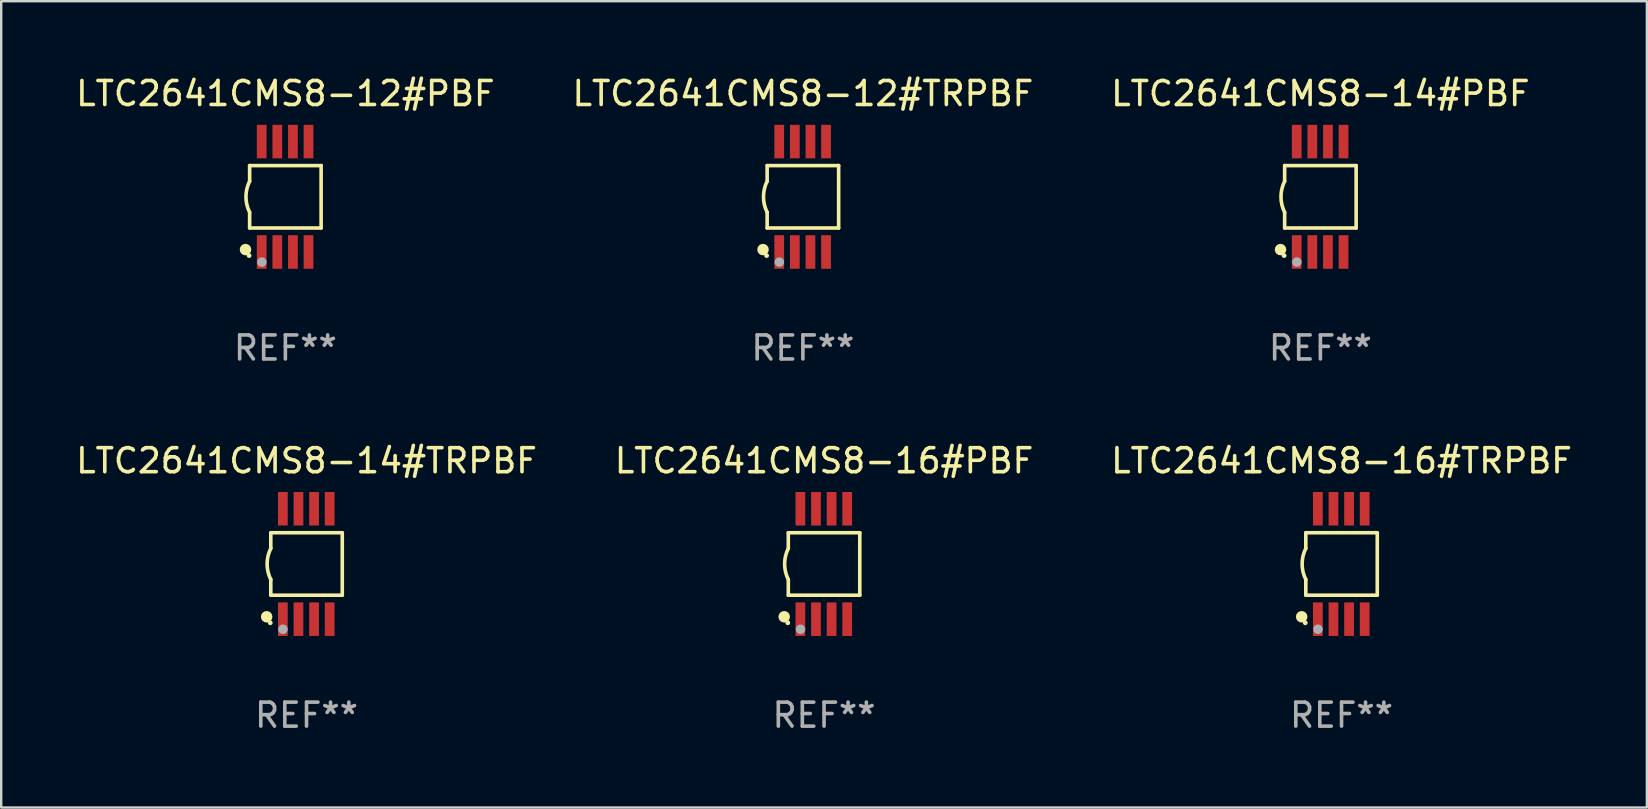
<source format=kicad_pcb>
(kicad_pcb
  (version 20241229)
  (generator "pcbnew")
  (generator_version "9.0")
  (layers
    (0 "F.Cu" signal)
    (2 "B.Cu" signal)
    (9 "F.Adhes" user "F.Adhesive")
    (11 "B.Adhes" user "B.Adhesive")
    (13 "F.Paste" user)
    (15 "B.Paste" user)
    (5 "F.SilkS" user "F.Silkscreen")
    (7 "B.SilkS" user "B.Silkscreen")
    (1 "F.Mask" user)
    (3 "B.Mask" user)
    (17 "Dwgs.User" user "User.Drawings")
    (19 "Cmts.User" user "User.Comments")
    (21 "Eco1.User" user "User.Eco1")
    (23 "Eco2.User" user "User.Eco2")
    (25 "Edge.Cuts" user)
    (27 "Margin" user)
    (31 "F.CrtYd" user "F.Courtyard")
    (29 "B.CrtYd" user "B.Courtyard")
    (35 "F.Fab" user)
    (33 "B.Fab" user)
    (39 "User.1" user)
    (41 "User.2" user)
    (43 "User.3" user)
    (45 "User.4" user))
  (footprint "LTC2641CMS8-12#PBF"
    (layer "F.Cu")
    (at 8.839 5.148)
    (property "Reference" "LTC2641CMS8-12#PBF" (at 0 -4.3 0) (layer "F.SilkS") (effects (font (size 1 1) (thickness 0.15))))
    (attr through_hole)
    (fp_line (start -1.489 -1.3) (end -1.489 -0.648) (stroke (width 0.15) (type solid)) (layer "F.SilkS"))
    (fp_line (start -1.489 0.648) (end -1.489 1.3) (stroke (width 0.15) (type solid)) (layer "F.SilkS"))
    (fp_line (start -1.489 1.3) (end 1.489 1.3) (stroke (width 0.15) (type solid)) (layer "F.SilkS"))
    (fp_line (start 1.489 -1.3) (end -1.489 -1.3) (stroke (width 0.15) (type solid)) (layer "F.SilkS"))
    (fp_line (start 1.489 1.3) (end 1.489 -1.3) (stroke (width 0.15) (type solid)) (layer "F.SilkS"))
    (fp_arc (start -1.489205 0.647702) (mid -1.642107 0) (end -1.489205 -0.647701) (stroke (width 0.150013) (type solid)) (layer "F.SilkS"))
    (fp_circle (center -1.661 2.2) (end -1.541 2.2) (stroke (width 0.24) (type solid)) (fill no) (layer "F.SilkS"))
    (fp_circle (center -1.511 2.45) (end -1.461 2.45) (stroke (width 0.1) (type solid)) (fill no) (layer "F.SilkS"))
    (fp_circle (center -0.981 2.72) (end -0.881 2.72) (stroke (width 0.2) (type solid)) (fill no) (layer "F.Fab"))
    (fp_text user "REF**" (at 0 6.3 0) (layer "F.Fab") (effects (font (size 1 1) (thickness 0.15))))
    (pad "1" smd rect (at -0.986 2.3) (size 0.406 1.397) (layers "F.Cu" "F.Mask" "F.Paste"))
    (pad "2" smd rect (at -0.336 2.3) (size 0.406 1.397) (layers "F.Cu" "F.Mask" "F.Paste"))
    (pad "3" smd rect (at 0.314 2.3) (size 0.406 1.397) (layers "F.Cu" "F.Mask" "F.Paste"))
    (pad "4" smd rect (at 0.964 2.3) (size 0.406 1.397) (layers "F.Cu" "F.Mask" "F.Paste"))
    (pad "5" smd rect (at 0.964 -2.3) (size 0.406 1.397) (layers "F.Cu" "F.Mask" "F.Paste"))
    (pad "6" smd rect (at 0.314 -2.3) (size 0.406 1.397) (layers "F.Cu" "F.Mask" "F.Paste"))
    (pad "7" smd rect (at -0.336 -2.3) (size 0.406 1.397) (layers "F.Cu" "F.Mask" "F.Paste"))
    (pad "8" smd rect (at -0.986 -2.3) (size 0.406 1.397) (layers "F.Cu" "F.Mask" "F.Paste")))
  (footprint "LTC2641CMS8-16#TRPBF"
    (layer "F.Cu")
    (at 52.839 20.445)
    (property "Reference" "LTC2641CMS8-16#TRPBF" (at 0 -4.3 0) (layer "F.SilkS") (effects (font (size 1 1) (thickness 0.15))))
    (attr through_hole)
    (fp_line (start -1.489 -1.3) (end -1.489 -0.648) (stroke (width 0.15) (type solid)) (layer "F.SilkS"))
    (fp_line (start -1.489 0.648) (end -1.489 1.3) (stroke (width 0.15) (type solid)) (layer "F.SilkS"))
    (fp_line (start -1.489 1.3) (end 1.489 1.3) (stroke (width 0.15) (type solid)) (layer "F.SilkS"))
    (fp_line (start 1.489 -1.3) (end -1.489 -1.3) (stroke (width 0.15) (type solid)) (layer "F.SilkS"))
    (fp_line (start 1.489 1.3) (end 1.489 -1.3) (stroke (width 0.15) (type solid)) (layer "F.SilkS"))
    (fp_arc (start -1.489205 0.647702) (mid -1.642107 0) (end -1.489205 -0.647701) (stroke (width 0.150013) (type solid)) (layer "F.SilkS"))
    (fp_circle (center -1.661 2.2) (end -1.541 2.2) (stroke (width 0.24) (type solid)) (fill no) (layer "F.SilkS"))
    (fp_circle (center -1.511 2.45) (end -1.461 2.45) (stroke (width 0.1) (type solid)) (fill no) (layer "F.SilkS"))
    (fp_circle (center -0.981 2.72) (end -0.881 2.72) (stroke (width 0.2) (type solid)) (fill no) (layer "F.Fab"))
    (fp_text user "REF**" (at 0 6.3 0) (layer "F.Fab") (effects (font (size 1 1) (thickness 0.15))))
    (pad "1" smd rect (at -0.986 2.3) (size 0.406 1.397) (layers "F.Cu" "F.Mask" "F.Paste"))
    (pad "2" smd rect (at -0.336 2.3) (size 0.406 1.397) (layers "F.Cu" "F.Mask" "F.Paste"))
    (pad "3" smd rect (at 0.314 2.3) (size 0.406 1.397) (layers "F.Cu" "F.Mask" "F.Paste"))
    (pad "4" smd rect (at 0.964 2.3) (size 0.406 1.397) (layers "F.Cu" "F.Mask" "F.Paste"))
    (pad "5" smd rect (at 0.964 -2.3) (size 0.406 1.397) (layers "F.Cu" "F.Mask" "F.Paste"))
    (pad "6" smd rect (at 0.314 -2.3) (size 0.406 1.397) (layers "F.Cu" "F.Mask" "F.Paste"))
    (pad "7" smd rect (at -0.336 -2.3) (size 0.406 1.397) (layers "F.Cu" "F.Mask" "F.Paste"))
    (pad "8" smd rect (at -0.986 -2.3) (size 0.406 1.397) (layers "F.Cu" "F.Mask" "F.Paste")))
  (footprint "LTC2641CMS8-12#TRPBF"
    (layer "F.Cu")
    (at 30.399 5.148)
    (property "Reference" "LTC2641CMS8-12#TRPBF" (at 0 -4.3 0) (layer "F.SilkS") (effects (font (size 1 1) (thickness 0.15))))
    (attr through_hole)
    (fp_line (start -1.489 -1.3) (end -1.489 -0.648) (stroke (width 0.15) (type solid)) (layer "F.SilkS"))
    (fp_line (start -1.489 0.648) (end -1.489 1.3) (stroke (width 0.15) (type solid)) (layer "F.SilkS"))
    (fp_line (start -1.489 1.3) (end 1.489 1.3) (stroke (width 0.15) (type solid)) (layer "F.SilkS"))
    (fp_line (start 1.489 -1.3) (end -1.489 -1.3) (stroke (width 0.15) (type solid)) (layer "F.SilkS"))
    (fp_line (start 1.489 1.3) (end 1.489 -1.3) (stroke (width 0.15) (type solid)) (layer "F.SilkS"))
    (fp_arc (start -1.489205 0.647702) (mid -1.642107 0) (end -1.489205 -0.647701) (stroke (width 0.150013) (type solid)) (layer "F.SilkS"))
    (fp_circle (center -1.661 2.2) (end -1.541 2.2) (stroke (width 0.24) (type solid)) (fill no) (layer "F.SilkS"))
    (fp_circle (center -1.511 2.45) (end -1.461 2.45) (stroke (width 0.1) (type solid)) (fill no) (layer "F.SilkS"))
    (fp_circle (center -0.981 2.72) (end -0.881 2.72) (stroke (width 0.2) (type solid)) (fill no) (layer "F.Fab"))
    (fp_text user "REF**" (at 0 6.3 0) (layer "F.Fab") (effects (font (size 1 1) (thickness 0.15))))
    (pad "1" smd rect (at -0.986 2.3) (size 0.406 1.397) (layers "F.Cu" "F.Mask" "F.Paste"))
    (pad "2" smd rect (at -0.336 2.3) (size 0.406 1.397) (layers "F.Cu" "F.Mask" "F.Paste"))
    (pad "3" smd rect (at 0.314 2.3) (size 0.406 1.397) (layers "F.Cu" "F.Mask" "F.Paste"))
    (pad "4" smd rect (at 0.964 2.3) (size 0.406 1.397) (layers "F.Cu" "F.Mask" "F.Paste"))
    (pad "5" smd rect (at 0.964 -2.3) (size 0.406 1.397) (layers "F.Cu" "F.Mask" "F.Paste"))
    (pad "6" smd rect (at 0.314 -2.3) (size 0.406 1.397) (layers "F.Cu" "F.Mask" "F.Paste"))
    (pad "7" smd rect (at -0.336 -2.3) (size 0.406 1.397) (layers "F.Cu" "F.Mask" "F.Paste"))
    (pad "8" smd rect (at -0.986 -2.3) (size 0.406 1.397) (layers "F.Cu" "F.Mask" "F.Paste")))
  (footprint "LTC2641CMS8-14#PBF"
    (layer "F.Cu")
    (at 51.958 5.148)
    (property "Reference" "LTC2641CMS8-14#PBF" (at 0 -4.3 0) (layer "F.SilkS") (effects (font (size 1 1) (thickness 0.15))))
    (attr through_hole)
    (fp_line (start -1.489 -1.3) (end -1.489 -0.648) (stroke (width 0.15) (type solid)) (layer "F.SilkS"))
    (fp_line (start -1.489 0.648) (end -1.489 1.3) (stroke (width 0.15) (type solid)) (layer "F.SilkS"))
    (fp_line (start -1.489 1.3) (end 1.489 1.3) (stroke (width 0.15) (type solid)) (layer "F.SilkS"))
    (fp_line (start 1.489 -1.3) (end -1.489 -1.3) (stroke (width 0.15) (type solid)) (layer "F.SilkS"))
    (fp_line (start 1.489 1.3) (end 1.489 -1.3) (stroke (width 0.15) (type solid)) (layer "F.SilkS"))
    (fp_arc (start -1.489205 0.647702) (mid -1.642107 0) (end -1.489205 -0.647701) (stroke (width 0.150013) (type solid)) (layer "F.SilkS"))
    (fp_circle (center -1.661 2.2) (end -1.541 2.2) (stroke (width 0.24) (type solid)) (fill no) (layer "F.SilkS"))
    (fp_circle (center -1.511 2.45) (end -1.461 2.45) (stroke (width 0.1) (type solid)) (fill no) (layer "F.SilkS"))
    (fp_circle (center -0.981 2.72) (end -0.881 2.72) (stroke (width 0.2) (type solid)) (fill no) (layer "F.Fab"))
    (fp_text user "REF**" (at 0 6.3 0) (layer "F.Fab") (effects (font (size 1 1) (thickness 0.15))))
    (pad "1" smd rect (at -0.986 2.3) (size 0.406 1.397) (layers "F.Cu" "F.Mask" "F.Paste"))
    (pad "2" smd rect (at -0.336 2.3) (size 0.406 1.397) (layers "F.Cu" "F.Mask" "F.Paste"))
    (pad "3" smd rect (at 0.314 2.3) (size 0.406 1.397) (layers "F.Cu" "F.Mask" "F.Paste"))
    (pad "4" smd rect (at 0.964 2.3) (size 0.406 1.397) (layers "F.Cu" "F.Mask" "F.Paste"))
    (pad "5" smd rect (at 0.964 -2.3) (size 0.406 1.397) (layers "F.Cu" "F.Mask" "F.Paste"))
    (pad "6" smd rect (at 0.314 -2.3) (size 0.406 1.397) (layers "F.Cu" "F.Mask" "F.Paste"))
    (pad "7" smd rect (at -0.336 -2.3) (size 0.406 1.397) (layers "F.Cu" "F.Mask" "F.Paste"))
    (pad "8" smd rect (at -0.986 -2.3) (size 0.406 1.397) (layers "F.Cu" "F.Mask" "F.Paste")))
  (footprint "LTC2641CMS8-14#TRPBF"
    (layer "F.Cu")
    (at 9.72 20.445)
    (property "Reference" "LTC2641CMS8-14#TRPBF" (at 0 -4.3 0) (layer "F.SilkS") (effects (font (size 1 1) (thickness 0.15))))
    (attr through_hole)
    (fp_line (start -1.489 -1.3) (end -1.489 -0.648) (stroke (width 0.15) (type solid)) (layer "F.SilkS"))
    (fp_line (start -1.489 0.648) (end -1.489 1.3) (stroke (width 0.15) (type solid)) (layer "F.SilkS"))
    (fp_line (start -1.489 1.3) (end 1.489 1.3) (stroke (width 0.15) (type solid)) (layer "F.SilkS"))
    (fp_line (start 1.489 -1.3) (end -1.489 -1.3) (stroke (width 0.15) (type solid)) (layer "F.SilkS"))
    (fp_line (start 1.489 1.3) (end 1.489 -1.3) (stroke (width 0.15) (type solid)) (layer "F.SilkS"))
    (fp_arc (start -1.489205 0.647702) (mid -1.642107 0) (end -1.489205 -0.647701) (stroke (width 0.150013) (type solid)) (layer "F.SilkS"))
    (fp_circle (center -1.661 2.2) (end -1.541 2.2) (stroke (width 0.24) (type solid)) (fill no) (layer "F.SilkS"))
    (fp_circle (center -1.511 2.45) (end -1.461 2.45) (stroke (width 0.1) (type solid)) (fill no) (layer "F.SilkS"))
    (fp_circle (center -0.981 2.72) (end -0.881 2.72) (stroke (width 0.2) (type solid)) (fill no) (layer "F.Fab"))
    (fp_text user "REF**" (at 0 6.3 0) (layer "F.Fab") (effects (font (size 1 1) (thickness 0.15))))
    (pad "1" smd rect (at -0.986 2.3) (size 0.406 1.397) (layers "F.Cu" "F.Mask" "F.Paste"))
    (pad "2" smd rect (at -0.336 2.3) (size 0.406 1.397) (layers "F.Cu" "F.Mask" "F.Paste"))
    (pad "3" smd rect (at 0.314 2.3) (size 0.406 1.397) (layers "F.Cu" "F.Mask" "F.Paste"))
    (pad "4" smd rect (at 0.964 2.3) (size 0.406 1.397) (layers "F.Cu" "F.Mask" "F.Paste"))
    (pad "5" smd rect (at 0.964 -2.3) (size 0.406 1.397) (layers "F.Cu" "F.Mask" "F.Paste"))
    (pad "6" smd rect (at 0.314 -2.3) (size 0.406 1.397) (layers "F.Cu" "F.Mask" "F.Paste"))
    (pad "7" smd rect (at -0.336 -2.3) (size 0.406 1.397) (layers "F.Cu" "F.Mask" "F.Paste"))
    (pad "8" smd rect (at -0.986 -2.3) (size 0.406 1.397) (layers "F.Cu" "F.Mask" "F.Paste")))
  (footprint "LTC2641CMS8-16#PBF"
    (layer "F.Cu")
    (at 31.28 20.445)
    (property "Reference" "LTC2641CMS8-16#PBF" (at 0 -4.3 0) (layer "F.SilkS") (effects (font (size 1 1) (thickness 0.15))))
    (attr through_hole)
    (fp_line (start -1.489 -1.3) (end -1.489 -0.648) (stroke (width 0.15) (type solid)) (layer "F.SilkS"))
    (fp_line (start -1.489 0.648) (end -1.489 1.3) (stroke (width 0.15) (type solid)) (layer "F.SilkS"))
    (fp_line (start -1.489 1.3) (end 1.489 1.3) (stroke (width 0.15) (type solid)) (layer "F.SilkS"))
    (fp_line (start 1.489 -1.3) (end -1.489 -1.3) (stroke (width 0.15) (type solid)) (layer "F.SilkS"))
    (fp_line (start 1.489 1.3) (end 1.489 -1.3) (stroke (width 0.15) (type solid)) (layer "F.SilkS"))
    (fp_arc (start -1.489205 0.647702) (mid -1.642107 0) (end -1.489205 -0.647701) (stroke (width 0.150013) (type solid)) (layer "F.SilkS"))
    (fp_circle (center -1.661 2.2) (end -1.541 2.2) (stroke (width 0.24) (type solid)) (fill no) (layer "F.SilkS"))
    (fp_circle (center -1.511 2.45) (end -1.461 2.45) (stroke (width 0.1) (type solid)) (fill no) (layer "F.SilkS"))
    (fp_circle (center -0.981 2.72) (end -0.881 2.72) (stroke (width 0.2) (type solid)) (fill no) (layer "F.Fab"))
    (fp_text user "REF**" (at 0 6.3 0) (layer "F.Fab") (effects (font (size 1 1) (thickness 0.15))))
    (pad "1" smd rect (at -0.986 2.3) (size 0.406 1.397) (layers "F.Cu" "F.Mask" "F.Paste"))
    (pad "2" smd rect (at -0.336 2.3) (size 0.406 1.397) (layers "F.Cu" "F.Mask" "F.Paste"))
    (pad "3" smd rect (at 0.314 2.3) (size 0.406 1.397) (layers "F.Cu" "F.Mask" "F.Paste"))
    (pad "4" smd rect (at 0.964 2.3) (size 0.406 1.397) (layers "F.Cu" "F.Mask" "F.Paste"))
    (pad "5" smd rect (at 0.964 -2.3) (size 0.406 1.397) (layers "F.Cu" "F.Mask" "F.Paste"))
    (pad "6" smd rect (at 0.314 -2.3) (size 0.406 1.397) (layers "F.Cu" "F.Mask" "F.Paste"))
    (pad "7" smd rect (at -0.336 -2.3) (size 0.406 1.397) (layers "F.Cu" "F.Mask" "F.Paste"))
    (pad "8" smd rect (at -0.986 -2.3) (size 0.406 1.397) (layers "F.Cu" "F.Mask" "F.Paste")))
  (gr_rect
    (start -3 -3)
    (end 65.56 30.593)
    (stroke (width 0.1) (type default))
    (fill no)
    (layer "Edge.Cuts")))
</source>
